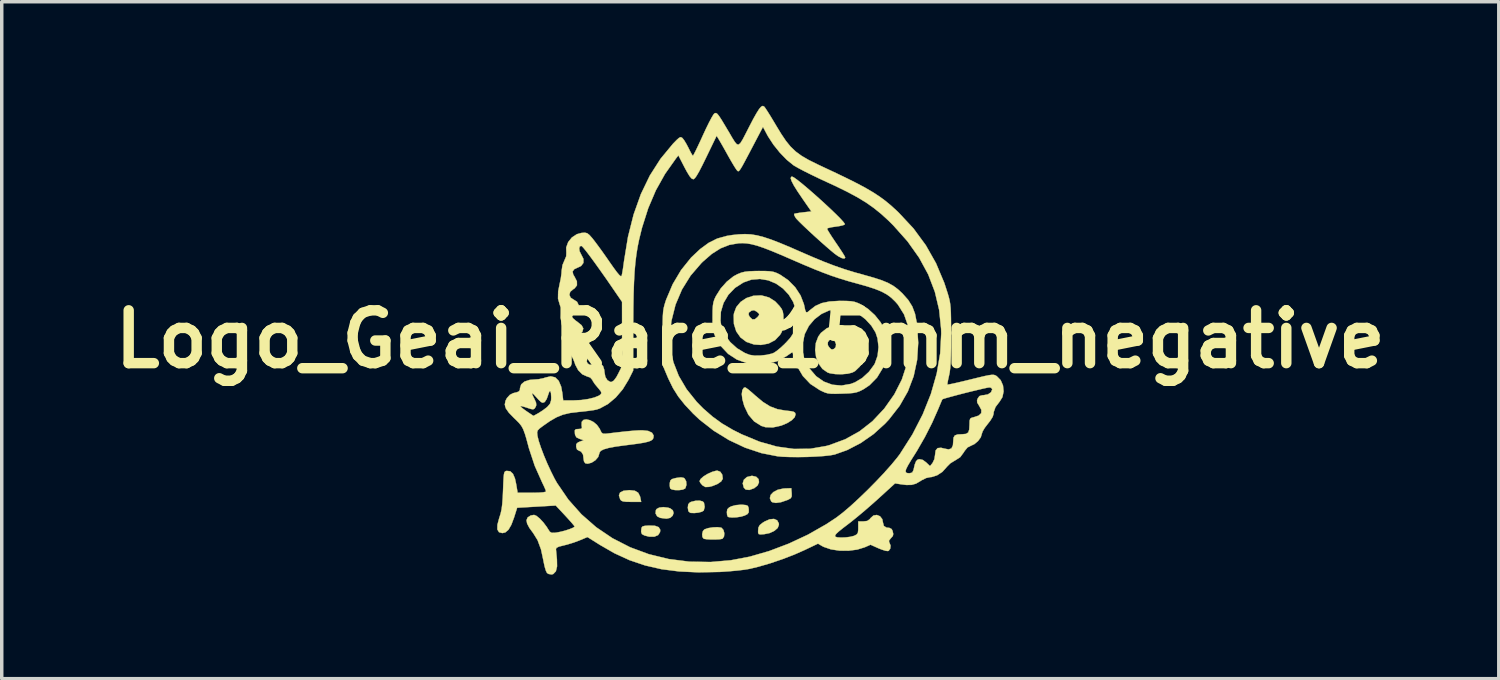
<source format=kicad_pcb>
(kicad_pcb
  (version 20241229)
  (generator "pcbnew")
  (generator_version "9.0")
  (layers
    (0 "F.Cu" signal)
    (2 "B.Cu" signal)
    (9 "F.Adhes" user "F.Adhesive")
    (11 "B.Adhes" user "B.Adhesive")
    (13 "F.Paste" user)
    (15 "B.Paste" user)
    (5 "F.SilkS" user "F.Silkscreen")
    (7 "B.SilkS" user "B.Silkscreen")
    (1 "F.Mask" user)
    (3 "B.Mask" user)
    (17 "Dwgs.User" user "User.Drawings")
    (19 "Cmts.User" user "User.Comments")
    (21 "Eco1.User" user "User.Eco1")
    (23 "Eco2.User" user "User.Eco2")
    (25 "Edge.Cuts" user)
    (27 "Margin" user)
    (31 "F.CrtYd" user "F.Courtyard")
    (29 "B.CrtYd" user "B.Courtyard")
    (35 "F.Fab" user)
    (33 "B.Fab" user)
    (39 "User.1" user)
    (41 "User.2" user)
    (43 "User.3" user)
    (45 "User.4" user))
  (footprint "Logo_Geai_Rare_15mm_negative"
    (layer "F.Cu")
    (at 18.586 6.733)
    (property "Reference" "Logo_Geai_Rare_15mm_negative" (at 0 0 0) (layer "F.SilkS") (effects (font (size 1.524 1.524) (thickness 0.3))))
    (attr through_hole)
    (fp_poly (pts (xy 0.171 3.966) (xy 0.238 4.033) (xy 0.252 4.122) (xy 0.211 4.216) (xy 0.112 4.296) (xy 0.112 4.296) (xy -0.028 4.346) (xy -0.131 4.335) (xy -0.186 4.28) (xy -0.218 4.157) (xy -0.184 4.05) (xy -0.096 3.973) (xy 0.038 3.94) (xy 0.055 3.939) (xy 0.171 3.966)) (stroke (width 0.01) (type solid)) (fill yes) (layer "F.SilkS"))
    (fp_poly (pts (xy -3.329 4.369) (xy -3.233 4.426) (xy -3.179 4.532) (xy -3.171 4.568) (xy -3.146 4.69) (xy -3.429 4.69) (xy -3.578 4.687) (xy -3.67 4.676) (xy -3.722 4.653) (xy -3.751 4.617) (xy -3.787 4.503) (xy -3.755 4.42) (xy -3.656 4.37) (xy -3.489 4.352) (xy -3.48 4.352) (xy -3.329 4.369)) (stroke (width 0.01) (type solid)) (fill yes) (layer "F.SilkS"))
    (fp_poly (pts (xy -2.75 5.379) (xy -2.641 5.419) (xy -2.596 5.495) (xy -2.602 5.561) (xy -2.658 5.648) (xy -2.766 5.693) (xy -2.91 5.694) (xy -3.05 5.659) (xy -3.124 5.619) (xy -3.147 5.555) (xy -3.144 5.502) (xy -3.134 5.434) (xy -3.106 5.398) (xy -3.041 5.381) (xy -2.926 5.373) (xy -2.75 5.379)) (stroke (width 0.01) (type solid)) (fill yes) (layer "F.SilkS"))
    (fp_poly (pts (xy -2.373 4.857) (xy -2.31 4.876) (xy -2.233 4.934) (xy -2.212 5.011) (xy -2.24 5.09) (xy -2.309 5.15) (xy -2.412 5.173) (xy -2.427 5.172) (xy -2.516 5.162) (xy -2.598 5.151) (xy -2.685 5.106) (xy -2.731 5.024) (xy -2.722 4.93) (xy -2.701 4.896) (xy -2.625 4.855) (xy -2.507 4.841) (xy -2.373 4.857)) (stroke (width 0.01) (type solid)) (fill yes) (layer "F.SilkS"))
    (fp_poly (pts (xy 1.194 4.438) (xy 1.195 4.53) (xy 1.167 4.584) (xy 1.092 4.627) (xy 1.062 4.639) (xy 0.885 4.699) (xy 0.738 4.72) (xy 0.635 4.7) (xy 0.605 4.677) (xy 0.565 4.583) (xy 0.589 4.489) (xy 0.668 4.406) (xy 0.792 4.341) (xy 0.95 4.306) (xy 1.003 4.302) (xy 1.182 4.296) (xy 1.194 4.438)) (stroke (width 0.01) (type solid)) (fill yes) (layer "F.SilkS"))
    (fp_poly (pts (xy 0.775 5.221) (xy 0.822 5.309) (xy 0.825 5.351) (xy 0.791 5.441) (xy 0.698 5.523) (xy 0.564 5.587) (xy 0.408 5.62) (xy 0.299 5.628) (xy 0.245 5.619) (xy 0.227 5.583) (xy 0.226 5.529) (xy 0.235 5.431) (xy 0.273 5.36) (xy 0.356 5.293) (xy 0.413 5.257) (xy 0.558 5.193) (xy 0.683 5.181) (xy 0.775 5.221)) (stroke (width 0.01) (type solid)) (fill yes) (layer "F.SilkS"))
    (fp_poly (pts (xy -1.37 4.678) (xy -1.336 4.712) (xy -1.315 4.835) (xy -1.342 4.939) (xy -1.343 4.941) (xy -1.398 4.974) (xy -1.498 5) (xy -1.614 5.012) (xy -1.715 5.008) (xy -1.735 5.003) (xy -1.785 4.959) (xy -1.801 4.858) (xy -1.801 4.855) (xy -1.789 4.758) (xy -1.741 4.706) (xy -1.705 4.689) (xy -1.579 4.658) (xy -1.46 4.654) (xy -1.37 4.678)) (stroke (width 0.01) (type solid)) (fill yes) (layer "F.SilkS"))
    (fp_poly (pts (xy -1.922 3.997) (xy -1.896 4.013) (xy -1.85 4.093) (xy -1.841 4.199) (xy -1.87 4.291) (xy -1.883 4.307) (xy -1.95 4.337) (xy -2.053 4.351) (xy -2.166 4.35) (xy -2.261 4.332) (xy -2.311 4.301) (xy -2.311 4.299) (xy -2.322 4.224) (xy -2.32 4.14) (xy -2.303 4.073) (xy -2.26 4.034) (xy -2.169 4.007) (xy -2.131 3.999) (xy -2.002 3.983) (xy -1.922 3.997)) (stroke (width 0.01) (type solid)) (fill yes) (layer "F.SilkS"))
    (fp_poly (pts (xy -0.864 3.822) (xy -0.808 3.906) (xy -0.794 4.017) (xy -0.795 4.026) (xy -0.84 4.101) (xy -0.944 4.173) (xy -1.092 4.233) (xy -1.189 4.257) (xy -1.294 4.262) (xy -1.375 4.215) (xy -1.386 4.205) (xy -1.442 4.138) (xy -1.463 4.092) (xy -1.431 4.029) (xy -1.347 3.955) (xy -1.231 3.884) (xy -1.104 3.826) (xy -0.986 3.793) (xy -0.949 3.79) (xy -0.864 3.822)) (stroke (width 0.01) (type solid)) (fill yes) (layer "F.SilkS"))
    (fp_poly (pts (xy -0.845 5.432) (xy -0.827 5.439) (xy -0.773 5.501) (xy -0.749 5.594) (xy -0.757 5.686) (xy -0.798 5.749) (xy -0.81 5.755) (xy -0.883 5.768) (xy -1.001 5.774) (xy -1.136 5.774) (xy -1.257 5.767) (xy -1.336 5.755) (xy -1.341 5.753) (xy -1.38 5.703) (xy -1.387 5.619) (xy -1.366 5.534) (xy -1.323 5.484) (xy -1.216 5.447) (xy -1.08 5.425) (xy -0.946 5.419) (xy -0.845 5.432)) (stroke (width 0.01) (type solid)) (fill yes) (layer "F.SilkS"))
    (fp_poly (pts (xy -0.231 4.772) (xy -0.124 4.783) (xy -0.071 4.806) (xy -0.05 4.858) (xy -0.044 4.906) (xy -0.045 4.991) (xy -0.081 5.042) (xy -0.165 5.085) (xy -0.272 5.116) (xy -0.401 5.135) (xy -0.525 5.14) (xy -0.619 5.13) (xy -0.65 5.115) (xy -0.669 5.063) (xy -0.675 4.982) (xy -0.662 4.903) (xy -0.607 4.849) (xy -0.541 4.817) (xy -0.415 4.784) (xy -0.268 4.771) (xy -0.231 4.772)) (stroke (width 0.01) (type solid)) (fill yes) (layer "F.SilkS"))
    (fp_poly (pts (xy -0.107 1.412) (xy -0.025 1.476) (xy 0.083 1.569) (xy 0.147 1.626) (xy 0.367 1.81) (xy 0.571 1.937) (xy 0.78 2.016) (xy 1.01 2.057) (xy 1.032 2.059) (xy 1.171 2.074) (xy 1.252 2.092) (xy 1.291 2.12) (xy 1.306 2.163) (xy 1.282 2.246) (xy 1.197 2.334) (xy 1.062 2.419) (xy 0.89 2.491) (xy 0.651 2.543) (xy 0.435 2.535) (xy 0.319 2.499) (xy 0.111 2.368) (xy -0.053 2.177) (xy -0.173 1.926) (xy -0.228 1.727) (xy -0.245 1.582) (xy -0.229 1.468) (xy -0.186 1.4) (xy -0.149 1.388) (xy -0.107 1.412)) (stroke (width 0.01) (type solid)) (fill yes) (layer "F.SilkS"))
    (fp_poly (pts (xy 2.827 -0.355) (xy 3.021 -0.249) (xy 3.141 -0.138) (xy 3.246 0.031) (xy 3.298 0.225) (xy 3.298 0.427) (xy 3.25 0.62) (xy 3.157 0.789) (xy 3.022 0.918) (xy 2.941 0.961) (xy 2.809 0.994) (xy 2.637 1.009) (xy 2.457 1.005) (xy 2.3 0.982) (xy 2.232 0.96) (xy 2.082 0.856) (xy 1.969 0.701) (xy 1.898 0.514) (xy 1.871 0.311) (xy 1.891 0.109) (xy 1.898 0.09) (xy 2.235 0.09) (xy 2.237 0.17) (xy 2.271 0.227) (xy 2.324 0.282) (xy 2.358 0.296) (xy 2.409 0.281) (xy 2.417 0.277) (xy 2.464 0.225) (xy 2.473 0.142) (xy 2.441 0.06) (xy 2.42 0.038) (xy 2.341 0.005) (xy 2.274 0.029) (xy 2.235 0.09) (xy 1.898 0.09) (xy 1.961 -0.076) (xy 2.038 -0.183) (xy 2.208 -0.317) (xy 2.406 -0.39) (xy 2.617 -0.402) (xy 2.827 -0.355)) (stroke (width 0.01) (type solid)) (fill yes) (layer "F.SilkS"))
    (fp_poly (pts (xy 0.334 -1.261) (xy 0.542 -1.204) (xy 0.718 -1.091) (xy 0.84 -0.962) (xy 0.902 -0.879) (xy 0.937 -0.803) (xy 0.953 -0.707) (xy 0.957 -0.566) (xy 0.957 -0.547) (xy 0.952 -0.391) (xy 0.935 -0.282) (xy 0.897 -0.19) (xy 0.857 -0.125) (xy 0.714 0.026) (xy 0.526 0.124) (xy 0.307 0.164) (xy 0.109 0.151) (xy -0.109 0.077) (xy -0.282 -0.052) (xy -0.405 -0.228) (xy -0.472 -0.442) (xy -0.478 -0.685) (xy -0.475 -0.708) (xy -0.05 -0.708) (xy -0.015 -0.644) (xy 0.057 -0.574) (xy 0.133 -0.577) (xy 0.21 -0.641) (xy 0.256 -0.7) (xy 0.25 -0.739) (xy 0.193 -0.791) (xy 0.111 -0.838) (xy 0.039 -0.826) (xy 0.036 -0.825) (xy -0.041 -0.769) (xy -0.05 -0.708) (xy -0.475 -0.708) (xy -0.469 -0.751) (xy -0.403 -0.927) (xy -0.279 -1.076) (xy -0.111 -1.188) (xy 0.086 -1.253) (xy 0.3 -1.264) (xy 0.334 -1.261)) (stroke (width 0.01) (type solid)) (fill yes) (layer "F.SilkS"))
    (fp_poly (pts (xy 1.257 -4.666) (xy 1.351 -4.599) (xy 1.479 -4.498) (xy 1.633 -4.369) (xy 1.803 -4.222) (xy 1.981 -4.064) (xy 2.159 -3.902) (xy 2.326 -3.746) (xy 2.476 -3.602) (xy 2.598 -3.479) (xy 2.684 -3.384) (xy 2.726 -3.326) (xy 2.728 -3.314) (xy 2.68 -3.289) (xy 2.579 -3.265) (xy 2.458 -3.247) (xy 2.334 -3.229) (xy 2.246 -3.207) (xy 2.214 -3.187) (xy 2.234 -3.145) (xy 2.289 -3.054) (xy 2.37 -2.928) (xy 2.47 -2.78) (xy 2.476 -2.771) (xy 2.577 -2.622) (xy 2.66 -2.495) (xy 2.716 -2.403) (xy 2.739 -2.358) (xy 2.739 -2.358) (xy 2.712 -2.327) (xy 2.641 -2.34) (xy 2.539 -2.392) (xy 2.439 -2.462) (xy 2.323 -2.558) (xy 2.178 -2.683) (xy 2.015 -2.827) (xy 1.846 -2.98) (xy 1.682 -3.131) (xy 1.535 -3.27) (xy 1.416 -3.386) (xy 1.337 -3.468) (xy 1.316 -3.493) (xy 1.272 -3.567) (xy 1.265 -3.613) (xy 1.268 -3.616) (xy 1.318 -3.629) (xy 1.419 -3.646) (xy 1.529 -3.66) (xy 1.761 -3.686) (xy 1.523 -4.029) (xy 1.367 -4.259) (xy 1.256 -4.436) (xy 1.19 -4.564) (xy 1.165 -4.645) (xy 1.181 -4.684) (xy 1.206 -4.69) (xy 1.257 -4.666)) (stroke (width 0.01) (type solid)) (fill yes) (layer "F.SilkS"))
    (fp_poly (pts (xy -4.628 2.333) (xy -4.522 2.386) (xy -4.423 2.469) (xy -4.345 2.578) (xy -4.329 2.612) (xy -4.291 2.69) (xy -4.245 2.723) (xy -4.164 2.724) (xy -4.117 2.719) (xy -3.841 2.686) (xy -3.626 2.662) (xy -3.461 2.646) (xy -3.333 2.635) (xy -3.23 2.629) (xy -3.14 2.626) (xy -3.111 2.626) (xy -2.945 2.644) (xy -2.835 2.695) (xy -2.787 2.775) (xy -2.794 2.848) (xy -2.818 2.89) (xy -2.866 2.925) (xy -2.949 2.955) (xy -3.075 2.984) (xy -3.254 3.013) (xy -3.494 3.044) (xy -3.597 3.057) (xy -3.874 3.094) (xy -4.082 3.133) (xy -4.226 3.174) (xy -4.314 3.22) (xy -4.35 3.273) (xy -4.352 3.29) (xy -4.385 3.394) (xy -4.466 3.489) (xy -4.575 3.559) (xy -4.687 3.589) (xy -4.755 3.578) (xy -4.793 3.529) (xy -4.803 3.477) (xy -4.822 3.328) (xy -4.877 3.241) (xy -4.928 3.219) (xy -4.995 3.182) (xy -5.021 3.102) (xy -5.017 3.023) (xy -4.968 2.975) (xy -4.919 2.954) (xy -4.804 2.911) (xy -4.925 2.872) (xy -5.013 2.829) (xy -5.051 2.759) (xy -5.058 2.711) (xy -5.06 2.627) (xy -5.029 2.594) (xy -4.956 2.589) (xy -4.877 2.582) (xy -4.854 2.546) (xy -4.864 2.48) (xy -4.86 2.382) (xy -4.811 2.327) (xy -4.729 2.312) (xy -4.628 2.333)) (stroke (width 0.01) (type solid)) (fill yes) (layer "F.SilkS"))
    (fp_poly (pts (xy 0.016 -3.024) (xy 0.191 -2.996) (xy 0.382 -2.947) (xy 0.6 -2.875) (xy 0.856 -2.776) (xy 1.16 -2.649) (xy 1.426 -2.532) (xy 1.804 -2.368) (xy 2.132 -2.232) (xy 2.428 -2.119) (xy 2.708 -2.022) (xy 2.988 -1.935) (xy 3.283 -1.853) (xy 3.569 -1.772) (xy 3.796 -1.698) (xy 3.977 -1.622) (xy 4.126 -1.539) (xy 4.257 -1.441) (xy 4.384 -1.324) (xy 4.553 -1.134) (xy 4.671 -0.946) (xy 4.75 -0.737) (xy 4.8 -0.483) (xy 4.808 -0.428) (xy 4.843 0.102) (xy 4.811 0.599) (xy 4.712 1.064) (xy 4.545 1.503) (xy 4.308 1.918) (xy 4.001 2.311) (xy 3.887 2.434) (xy 3.555 2.735) (xy 3.188 2.991) (xy 2.802 3.192) (xy 2.433 3.324) (xy 2.303 3.348) (xy 2.116 3.368) (xy 1.888 3.383) (xy 1.638 3.394) (xy 1.382 3.398) (xy 1.139 3.396) (xy 0.926 3.388) (xy 0.788 3.375) (xy 0.32 3.283) (xy -0.152 3.125) (xy -0.615 2.907) (xy -1.056 2.636) (xy -1.462 2.319) (xy -1.652 2.14) (xy -1.887 1.889) (xy -2.074 1.654) (xy -2.227 1.411) (xy -2.361 1.138) (xy -2.396 1.056) (xy -2.532 0.732) (xy -2.53 -0.056) (xy -2.53 -0.164) (xy -2.315 -0.164) (xy -2.303 0.25) (xy -2.218 0.659) (xy -2.062 1.058) (xy -1.836 1.442) (xy -1.544 1.807) (xy -1.358 1.996) (xy -1.09 2.23) (xy -0.816 2.429) (xy -0.511 2.609) (xy -0.249 2.741) (xy 0.269 2.955) (xy 0.77 3.096) (xy 1.257 3.163) (xy 1.729 3.158) (xy 2.187 3.079) (xy 2.28 3.054) (xy 2.737 2.885) (xy 3.151 2.655) (xy 3.524 2.363) (xy 3.859 2.006) (xy 3.866 1.998) (xy 4.155 1.588) (xy 4.371 1.162) (xy 4.516 0.718) (xy 4.579 0.355) (xy 4.595 -0.041) (xy 4.546 -0.399) (xy 4.434 -0.718) (xy 4.258 -0.998) (xy 4.181 -1.086) (xy 4.064 -1.199) (xy 3.935 -1.294) (xy 3.781 -1.377) (xy 3.589 -1.454) (xy 3.347 -1.532) (xy 3.123 -1.595) (xy 2.846 -1.671) (xy 2.596 -1.747) (xy 2.356 -1.826) (xy 2.11 -1.917) (xy 1.842 -2.023) (xy 1.537 -2.151) (xy 1.216 -2.29) (xy 0.884 -2.434) (xy 0.611 -2.548) (xy 0.385 -2.635) (xy 0.2 -2.698) (xy 0.044 -2.739) (xy -0.092 -2.763) (xy -0.216 -2.772) (xy -0.335 -2.768) (xy -0.601 -2.722) (xy -0.856 -2.622) (xy -1.11 -2.461) (xy -1.373 -2.233) (xy -1.41 -2.196) (xy -1.722 -1.834) (xy -1.971 -1.433) (xy -2.156 -0.997) (xy -2.273 -0.532) (xy -2.315 -0.164) (xy -2.53 -0.164) (xy -2.529 -0.321) (xy -2.526 -0.525) (xy -2.521 -0.679) (xy -2.512 -0.799) (xy -2.497 -0.897) (xy -2.475 -0.987) (xy -2.446 -1.082) (xy -2.425 -1.144) (xy -2.237 -1.588) (xy -1.995 -1.995) (xy -1.705 -2.356) (xy -1.447 -2.599) (xy -1.2 -2.78) (xy -0.954 -2.903) (xy -0.681 -2.979) (xy -0.521 -3.005) (xy -0.329 -3.025) (xy -0.154 -3.032) (xy 0.016 -3.024)) (stroke (width 0.01) (type solid)) (fill yes) (layer "F.SilkS"))
    (fp_poly (pts (xy 0.431 -1.967) (xy 0.564 -1.96) (xy 0.662 -1.945) (xy 0.747 -1.917) (xy 0.839 -1.873) (xy 0.855 -1.865) (xy 1.092 -1.705) (xy 1.295 -1.499) (xy 1.45 -1.263) (xy 1.546 -1.013) (xy 1.559 -0.955) (xy 1.585 -0.833) (xy 1.612 -0.778) (xy 1.653 -0.782) (xy 1.717 -0.836) (xy 1.721 -0.839) (xy 1.877 -0.96) (xy 2.06 -1.042) (xy 2.284 -1.089) (xy 2.562 -1.106) (xy 2.589 -1.106) (xy 2.774 -1.104) (xy 2.907 -1.096) (xy 3.009 -1.078) (xy 3.102 -1.045) (xy 3.194 -1.003) (xy 3.398 -0.873) (xy 3.593 -0.695) (xy 3.755 -0.493) (xy 3.838 -0.346) (xy 3.877 -0.246) (xy 3.902 -0.138) (xy 3.915 -0.002) (xy 3.92 0.183) (xy 3.92 0.225) (xy 3.918 0.413) (xy 3.909 0.548) (xy 3.89 0.653) (xy 3.857 0.751) (xy 3.822 0.83) (xy 3.654 1.106) (xy 3.438 1.326) (xy 3.257 1.446) (xy 3.16 1.495) (xy 3.071 1.528) (xy 2.969 1.549) (xy 2.834 1.561) (xy 2.645 1.568) (xy 2.461 1.573) (xy 2.332 1.571) (xy 2.235 1.56) (xy 2.151 1.535) (xy 2.058 1.493) (xy 2.002 1.465) (xy 1.733 1.289) (xy 1.516 1.06) (xy 1.355 0.786) (xy 1.273 0.549) (xy 1.245 0.448) (xy 1.222 0.385) (xy 1.215 0.375) (xy 1.178 0.395) (xy 1.102 0.447) (xy 1.047 0.486) (xy 0.789 0.63) (xy 0.496 0.709) (xy 0.225 0.728) (xy -0.096 0.69) (xy -0.386 0.586) (xy -0.639 0.421) (xy -0.848 0.198) (xy -0.973 -0.008) (xy -1.025 -0.116) (xy -1.058 -0.208) (xy -1.077 -0.306) (xy -1.086 -0.431) (xy -1.087 -0.52) (xy -0.859 -0.52) (xy -0.824 -0.331) (xy -0.73 -0.119) (xy -0.578 0.083) (xy -0.382 0.26) (xy -0.158 0.395) (xy -0.019 0.45) (xy 0.116 0.471) (xy 0.29 0.47) (xy 0.47 0.45) (xy 0.625 0.414) (xy 0.684 0.39) (xy 0.74 0.352) (xy 1.51 0.352) (xy 1.553 0.549) (xy 1.648 0.748) (xy 1.713 0.85) (xy 1.899 1.066) (xy 2.12 1.221) (xy 2.367 1.312) (xy 2.63 1.335) (xy 2.899 1.288) (xy 3.022 1.241) (xy 3.23 1.116) (xy 3.422 0.939) (xy 3.573 0.735) (xy 3.594 0.696) (xy 3.672 0.474) (xy 3.698 0.225) (xy 3.67 -0.023) (xy 3.613 -0.195) (xy 3.492 -0.391) (xy 3.32 -0.578) (xy 3.12 -0.732) (xy 3.02 -0.788) (xy 2.774 -0.869) (xy 2.524 -0.882) (xy 2.281 -0.833) (xy 2.053 -0.73) (xy 1.853 -0.578) (xy 1.689 -0.384) (xy 1.572 -0.153) (xy 1.512 0.108) (xy 1.51 0.13) (xy 1.51 0.352) (xy 0.74 0.352) (xy 0.769 0.332) (xy 0.883 0.238) (xy 1.003 0.125) (xy 1.021 0.107) (xy 1.149 -0.034) (xy 1.232 -0.157) (xy 1.287 -0.289) (xy 1.297 -0.324) (xy 1.339 -0.587) (xy 1.317 -0.839) (xy 1.238 -1.075) (xy 1.11 -1.285) (xy 0.942 -1.464) (xy 0.743 -1.605) (xy 0.519 -1.699) (xy 0.28 -1.739) (xy 0.034 -1.719) (xy -0.195 -1.639) (xy -0.44 -1.482) (xy -0.633 -1.281) (xy -0.771 -1.047) (xy -0.848 -0.79) (xy -0.859 -0.52) (xy -1.087 -0.52) (xy -1.088 -0.606) (xy -1.088 -0.645) (xy -1.086 -0.834) (xy -1.078 -0.969) (xy -1.061 -1.07) (xy -1.032 -1.158) (xy -0.991 -1.244) (xy -0.852 -1.464) (xy -0.677 -1.66) (xy -0.483 -1.815) (xy -0.364 -1.879) (xy -0.261 -1.92) (xy -0.157 -1.946) (xy -0.031 -1.96) (xy 0.139 -1.967) (xy 0.244 -1.968) (xy 0.431 -1.967)) (stroke (width 0.01) (type solid)) (fill yes) (layer "F.SilkS"))
    (fp_poly (pts (xy 0.396 -6.714) (xy 0.432 -6.669) (xy 0.497 -6.57) (xy 0.584 -6.432) (xy 0.684 -6.266) (xy 0.732 -6.185) (xy 0.889 -5.926) (xy 1.029 -5.718) (xy 1.165 -5.551) (xy 1.311 -5.412) (xy 1.481 -5.288) (xy 1.687 -5.168) (xy 1.945 -5.04) (xy 2.083 -4.975) (xy 2.48 -4.789) (xy 2.817 -4.626) (xy 3.102 -4.483) (xy 3.344 -4.352) (xy 3.552 -4.23) (xy 3.734 -4.11) (xy 3.899 -3.988) (xy 4.056 -3.858) (xy 4.213 -3.715) (xy 4.281 -3.65) (xy 4.705 -3.196) (xy 5.062 -2.711) (xy 5.357 -2.19) (xy 5.595 -1.624) (xy 5.696 -1.313) (xy 5.726 -1.208) (xy 5.749 -1.114) (xy 5.765 -1.017) (xy 5.777 -0.906) (xy 5.784 -0.769) (xy 5.788 -0.592) (xy 5.79 -0.365) (xy 5.79 -0.094) (xy 5.789 0.224) (xy 5.785 0.477) (xy 5.778 0.676) (xy 5.766 0.832) (xy 5.75 0.956) (xy 5.731 1.05) (xy 5.703 1.175) (xy 5.686 1.268) (xy 5.685 1.308) (xy 5.724 1.304) (xy 5.824 1.284) (xy 5.974 1.251) (xy 6.16 1.207) (xy 6.353 1.16) (xy 6.586 1.103) (xy 6.758 1.062) (xy 6.881 1.037) (xy 6.965 1.026) (xy 7.022 1.027) (xy 7.064 1.039) (xy 7.102 1.061) (xy 7.108 1.065) (xy 7.221 1.18) (xy 7.288 1.334) (xy 7.305 1.505) (xy 7.271 1.669) (xy 7.192 1.796) (xy 7.072 1.954) (xy 7.019 2.102) (xy 7.016 2.152) (xy 6.99 2.237) (xy 6.917 2.354) (xy 6.847 2.443) (xy 6.761 2.555) (xy 6.701 2.656) (xy 6.678 2.724) (xy 6.647 2.827) (xy 6.568 2.935) (xy 6.462 3.024) (xy 6.366 3.069) (xy 6.266 3.119) (xy 6.18 3.222) (xy 6.157 3.261) (xy 6.054 3.4) (xy 5.913 3.491) (xy 5.903 3.496) (xy 5.769 3.578) (xy 5.664 3.683) (xy 5.655 3.696) (xy 5.538 3.825) (xy 5.388 3.923) (xy 5.231 3.973) (xy 5.183 3.977) (xy 5.074 4.001) (xy 4.945 4.064) (xy 4.907 4.089) (xy 4.78 4.163) (xy 4.653 4.199) (xy 4.501 4.202) (xy 4.348 4.183) (xy 4.175 4.156) (xy 3.692 4.597) (xy 3.499 4.769) (xy 3.292 4.949) (xy 3.09 5.118) (xy 2.913 5.261) (xy 2.845 5.314) (xy 2.673 5.445) (xy 2.555 5.54) (xy 2.483 5.606) (xy 2.449 5.651) (xy 2.446 5.681) (xy 2.455 5.695) (xy 2.513 5.713) (xy 2.62 5.719) (xy 2.75 5.714) (xy 2.879 5.698) (xy 2.981 5.673) (xy 2.993 5.669) (xy 3.066 5.632) (xy 3.102 5.585) (xy 3.113 5.502) (xy 3.114 5.436) (xy 3.114 5.253) (xy 3.26 5.253) (xy 3.372 5.24) (xy 3.443 5.191) (xy 3.467 5.159) (xy 3.552 5.083) (xy 3.649 5.067) (xy 3.741 5.104) (xy 3.806 5.187) (xy 3.827 5.289) (xy 3.852 5.384) (xy 3.93 5.432) (xy 4.013 5.44) (xy 4.076 5.473) (xy 4.103 5.525) (xy 4.123 5.615) (xy 4.111 5.673) (xy 4.057 5.735) (xy 4.049 5.743) (xy 3.999 5.809) (xy 4.007 5.861) (xy 4.015 5.872) (xy 4.046 5.951) (xy 4.036 6.038) (xy 3.993 6.099) (xy 3.969 6.108) (xy 3.902 6.1) (xy 3.793 6.066) (xy 3.686 6.023) (xy 3.468 5.925) (xy 3.3 5.999) (xy 3.082 6.066) (xy 2.832 6.098) (xy 2.572 6.096) (xy 2.327 6.059) (xy 2.119 5.988) (xy 2.074 5.965) (xy 1.953 5.894) (xy 1.565 6.079) (xy 1.264 6.212) (xy 0.925 6.342) (xy 0.574 6.461) (xy 0.237 6.559) (xy -0.019 6.621) (xy -0.169 6.646) (xy -0.371 6.67) (xy -0.6 6.691) (xy -0.831 6.707) (xy -0.882 6.71) (xy -1.493 6.722) (xy -2.048 6.696) (xy -2.558 6.631) (xy -3.033 6.522) (xy -3.483 6.37) (xy -3.919 6.17) (xy -4.332 5.932) (xy -4.695 5.704) (xy -4.926 5.801) (xy -5.093 5.863) (xy -5.275 5.919) (xy -5.383 5.946) (xy -5.519 5.98) (xy -5.589 6.016) (xy -5.604 6.051) (xy -5.598 6.117) (xy -5.587 6.231) (xy -5.576 6.347) (xy -5.572 6.549) (xy -5.606 6.691) (xy -5.68 6.769) (xy -5.727 6.783) (xy -5.817 6.768) (xy -5.861 6.74) (xy -5.893 6.677) (xy -5.928 6.563) (xy -5.959 6.42) (xy -5.964 6.39) (xy -6.035 6.059) (xy -6.134 5.793) (xy -6.258 5.593) (xy -6.372 5.437) (xy -6.435 5.316) (xy -6.453 5.219) (xy -6.42 5.139) (xy -6.333 5.083) (xy -6.235 5.065) (xy -6.165 5.094) (xy -6.07 5.172) (xy -5.967 5.283) (xy -5.87 5.412) (xy -5.831 5.475) (xy -5.781 5.55) (xy -5.73 5.581) (xy -5.648 5.582) (xy -5.59 5.575) (xy -5.47 5.552) (xy -5.337 5.518) (xy -5.213 5.477) (xy -5.116 5.438) (xy -5.067 5.407) (xy -5.065 5.401) (xy -5.089 5.366) (xy -5.154 5.288) (xy -5.25 5.181) (xy -5.337 5.086) (xy -5.609 4.795) (xy -6.166 4.827) (xy -6.723 4.859) (xy -6.812 5.141) (xy -6.891 5.352) (xy -6.974 5.494) (xy -7.065 5.571) (xy -7.15 5.59) (xy -7.246 5.564) (xy -7.294 5.484) (xy -7.292 5.35) (xy -7.241 5.16) (xy -7.238 5.151) (xy -7.199 5.027) (xy -7.171 4.9) (xy -7.152 4.751) (xy -7.138 4.562) (xy -7.129 4.352) (xy -7.121 4.14) (xy -7.113 3.992) (xy -7.104 3.895) (xy -7.09 3.838) (xy -7.069 3.81) (xy -7.04 3.799) (xy -7.022 3.796) (xy -6.921 3.808) (xy -6.844 3.88) (xy -6.786 4.016) (xy -6.753 4.168) (xy -6.709 4.427) (xy -6.3 4.427) (xy -6.107 4.424) (xy -5.972 4.414) (xy -5.9 4.398) (xy -5.89 4.389) (xy -5.906 4.337) (xy -5.948 4.241) (xy -5.999 4.135) (xy -6.215 3.651) (xy -6.382 3.146) (xy -6.4 3.077) (xy -6.458 2.862) (xy -6.506 2.704) (xy -6.512 2.69) (xy -6.147 2.69) (xy -6.139 2.772) (xy -6.137 2.787) (xy -6.102 2.931) (xy -6.038 3.123) (xy -5.953 3.347) (xy -5.854 3.583) (xy -5.747 3.814) (xy -5.642 4.024) (xy -5.573 4.146) (xy -5.247 4.623) (xy -4.868 5.049) (xy -4.442 5.422) (xy -3.973 5.739) (xy -3.465 5.999) (xy -2.924 6.199) (xy -2.354 6.338) (xy -1.758 6.414) (xy -1.143 6.424) (xy -0.563 6.374) (xy -0.02 6.271) (xy 0.542 6.109) (xy 1.11 5.894) (xy 1.666 5.634) (xy 2.194 5.333) (xy 2.485 5.141) (xy 2.667 5.001) (xy 2.885 4.816) (xy 3.124 4.596) (xy 3.375 4.355) (xy 3.623 4.104) (xy 3.858 3.856) (xy 3.9 3.808) (xy 4.477 3.808) (xy 4.491 3.845) (xy 4.534 3.861) (xy 4.598 3.864) (xy 4.671 3.844) (xy 4.707 3.771) (xy 4.709 3.761) (xy 4.744 3.611) (xy 4.78 3.52) (xy 4.824 3.473) (xy 4.873 3.458) (xy 4.975 3.48) (xy 5.072 3.552) (xy 5.183 3.658) (xy 5.256 3.569) (xy 5.31 3.457) (xy 5.328 3.34) (xy 5.345 3.208) (xy 5.402 3.139) (xy 5.503 3.13) (xy 5.59 3.152) (xy 5.72 3.177) (xy 5.802 3.148) (xy 5.844 3.059) (xy 5.853 2.945) (xy 5.862 2.836) (xy 5.899 2.774) (xy 5.979 2.746) (xy 6.116 2.739) (xy 6.222 2.729) (xy 6.285 2.689) (xy 6.314 2.605) (xy 6.322 2.462) (xy 6.322 2.459) (xy 6.325 2.348) (xy 6.343 2.29) (xy 6.388 2.262) (xy 6.444 2.249) (xy 6.588 2.201) (xy 6.661 2.131) (xy 6.664 2.036) (xy 6.598 1.915) (xy 6.597 1.913) (xy 6.545 1.828) (xy 6.54 1.76) (xy 6.559 1.708) (xy 6.608 1.639) (xy 6.691 1.615) (xy 6.731 1.613) (xy 6.854 1.59) (xy 6.943 1.529) (xy 6.978 1.444) (xy 6.978 1.442) (xy 6.946 1.399) (xy 6.894 1.388) (xy 6.837 1.397) (xy 6.725 1.421) (xy 6.572 1.457) (xy 6.392 1.5) (xy 6.199 1.548) (xy 6.008 1.597) (xy 5.833 1.644) (xy 5.686 1.684) (xy 5.584 1.714) (xy 5.539 1.731) (xy 5.539 1.731) (xy 5.521 1.77) (xy 5.483 1.86) (xy 5.432 1.983) (xy 5.422 2.007) (xy 5.243 2.411) (xy 5.033 2.824) (xy 4.812 3.209) (xy 4.766 3.283) (xy 4.637 3.487) (xy 4.548 3.637) (xy 4.495 3.741) (xy 4.477 3.808) (xy 3.9 3.808) (xy 4.066 3.622) (xy 4.236 3.416) (xy 4.315 3.311) (xy 4.676 2.744) (xy 4.974 2.164) (xy 5.209 1.577) (xy 5.377 0.988) (xy 5.477 0.404) (xy 5.507 -0.169) (xy 5.503 -0.3) (xy 5.447 -0.845) (xy 5.323 -1.368) (xy 5.131 -1.87) (xy 4.868 -2.354) (xy 4.534 -2.824) (xy 4.126 -3.282) (xy 3.983 -3.424) (xy 3.775 -3.614) (xy 3.563 -3.785) (xy 3.337 -3.944) (xy 3.083 -4.098) (xy 2.79 -4.255) (xy 2.444 -4.424) (xy 2.225 -4.525) (xy 1.988 -4.635) (xy 1.76 -4.745) (xy 1.555 -4.847) (xy 1.387 -4.936) (xy 1.27 -5.003) (xy 1.246 -5.018) (xy 1.053 -5.175) (xy 0.854 -5.38) (xy 0.668 -5.612) (xy 0.514 -5.848) (xy 0.489 -5.893) (xy 0.366 -6.124) (xy 0.061 -5.543) (xy -0.063 -5.307) (xy -0.157 -5.13) (xy -0.226 -5.003) (xy -0.276 -4.919) (xy -0.31 -4.87) (xy -0.333 -4.849) (xy -0.352 -4.846) (xy -0.369 -4.855) (xy -0.403 -4.896) (xy -0.463 -4.989) (xy -0.541 -5.12) (xy -0.623 -5.263) (xy -0.714 -5.427) (xy -0.799 -5.578) (xy -0.867 -5.696) (xy -0.903 -5.757) (xy -0.97 -5.868) (xy -1.273 -5.241) (xy -1.387 -5.009) (xy -1.476 -4.837) (xy -1.544 -4.72) (xy -1.594 -4.649) (xy -1.632 -4.618) (xy -1.647 -4.615) (xy -1.694 -4.637) (xy -1.753 -4.708) (xy -1.831 -4.837) (xy -1.896 -4.958) (xy -2.073 -5.302) (xy -2.144 -5.212) (xy -2.459 -4.767) (xy -2.724 -4.293) (xy -2.943 -3.779) (xy -3.123 -3.213) (xy -3.207 -2.872) (xy -3.25 -2.661) (xy -3.285 -2.442) (xy -3.314 -2.205) (xy -3.337 -1.942) (xy -3.353 -1.644) (xy -3.365 -1.3) (xy -3.372 -0.903) (xy -3.375 -0.442) (xy -3.376 -0.29) (xy -3.377 0.902) (xy -3.511 1.169) (xy -3.678 1.443) (xy -3.88 1.68) (xy -4.104 1.868) (xy -4.34 1.996) (xy -4.435 2.028) (xy -4.524 2.045) (xy -4.666 2.065) (xy -4.838 2.085) (xy -4.959 2.097) (xy -5.198 2.126) (xy -5.4 2.174) (xy -5.586 2.249) (xy -5.781 2.362) (xy -5.979 2.5) (xy -6.08 2.576) (xy -6.132 2.632) (xy -6.147 2.69) (xy -6.512 2.69) (xy -6.552 2.587) (xy -6.603 2.495) (xy -6.669 2.413) (xy -6.757 2.324) (xy -6.814 2.27) (xy -6.961 2.119) (xy -7.048 1.995) (xy -7.067 1.929) (xy -6.631 1.929) (xy -6.611 1.956) (xy -6.543 2.011) (xy -6.45 2.078) (xy -6.252 2.211) (xy -6.103 2.128) (xy -5.982 2.05) (xy -5.868 1.964) (xy -5.847 1.945) (xy -5.775 1.86) (xy -5.744 1.763) (xy -5.74 1.68) (xy -5.747 1.553) (xy -5.766 1.494) (xy -5.793 1.505) (xy -5.825 1.589) (xy -5.833 1.617) (xy -5.872 1.725) (xy -5.923 1.803) (xy -5.939 1.816) (xy -5.985 1.831) (xy -6.036 1.809) (xy -6.107 1.741) (xy -6.154 1.688) (xy -6.244 1.59) (xy -6.29 1.553) (xy -6.293 1.577) (xy -6.256 1.663) (xy -6.225 1.722) (xy -6.178 1.829) (xy -6.172 1.903) (xy -6.189 1.949) (xy -6.222 2) (xy -6.261 2.021) (xy -6.327 2.011) (xy -6.441 1.974) (xy -6.454 1.969) (xy -6.554 1.939) (xy -6.619 1.926) (xy -6.631 1.929) (xy -7.067 1.929) (xy -7.079 1.884) (xy -7.059 1.776) (xy -7.019 1.699) (xy -6.932 1.603) (xy -6.839 1.555) (xy -6.724 1.527) (xy -6.665 1.499) (xy -6.643 1.457) (xy -6.641 1.411) (xy -6.606 1.302) (xy -6.511 1.221) (xy -6.365 1.173) (xy -6.246 1.163) (xy -6.101 1.152) (xy -5.962 1.123) (xy -5.913 1.106) (xy -5.755 1.069) (xy -5.624 1.1) (xy -5.524 1.2) (xy -5.454 1.366) (xy -5.421 1.543) (xy -5.395 1.763) (xy -5.087 1.763) (xy -4.877 1.753) (xy -4.675 1.724) (xy -4.498 1.681) (xy -4.367 1.628) (xy -4.318 1.593) (xy -4.294 1.555) (xy -4.307 1.508) (xy -4.364 1.433) (xy -4.398 1.394) (xy -4.48 1.295) (xy -4.539 1.207) (xy -4.556 1.171) (xy -4.615 1.104) (xy -4.708 1.072) (xy -4.844 1.011) (xy -4.962 0.892) (xy -5.047 0.733) (xy -5.063 0.681) (xy -5.107 0.57) (xy -5.179 0.438) (xy -5.233 0.355) (xy -5.313 0.229) (xy -5.353 0.123) (xy -5.365 -0.000032) (xy -5.365 -0.021) (xy -5.379 -0.18) (xy -5.412 -0.345) (xy -5.426 -0.391) (xy -5.47 -0.62) (xy -5.467 -0.745) (xy -5.467 -0.915) (xy -5.498 -1.013) (xy -5.544 -1.17) (xy -5.542 -1.281) (xy -5.218 -1.281) (xy -5.18 -1.199) (xy -5.112 -1.154) (xy -4.996 -1.081) (xy -4.953 -0.994) (xy -4.981 -0.887) (xy -5.046 -0.795) (xy -5.107 -0.713) (xy -5.139 -0.653) (xy -5.14 -0.644) (xy -5.111 -0.603) (xy -5.038 -0.539) (xy -4.981 -0.498) (xy -4.863 -0.402) (xy -4.816 -0.313) (xy -4.839 -0.222) (xy -4.913 -0.133) (xy -4.984 -0.059) (xy -5.024 -0.005) (xy -5.027 0.004) (xy -4.994 0.068) (xy -4.912 0.122) (xy -4.806 0.149) (xy -4.782 0.15) (xy -4.663 0.172) (xy -4.605 0.237) (xy -4.608 0.346) (xy -4.656 0.469) (xy -4.704 0.574) (xy -4.716 0.64) (xy -4.695 0.688) (xy -4.689 0.695) (xy -4.638 0.732) (xy -4.555 0.74) (xy -4.461 0.731) (xy -4.349 0.72) (xy -4.286 0.732) (xy -4.249 0.771) (xy -4.243 0.782) (xy -4.212 0.878) (xy -4.202 0.965) (xy -4.179 1.087) (xy -4.12 1.181) (xy -4.039 1.23) (xy -4.001 1.231) (xy -3.936 1.193) (xy -3.862 1.094) (xy -3.808 0.994) (xy -3.696 0.769) (xy -3.697 -0.155) (xy -3.698 -1.079) (xy -3.952 -1.449) (xy -4.139 -1.721) (xy -4.316 -1.972) (xy -4.476 -2.196) (xy -4.616 -2.387) (xy -4.73 -2.537) (xy -4.813 -2.639) (xy -4.86 -2.688) (xy -4.865 -2.691) (xy -4.914 -2.681) (xy -4.934 -2.623) (xy -4.923 -2.539) (xy -4.88 -2.451) (xy -4.876 -2.445) (xy -4.811 -2.316) (xy -4.812 -2.202) (xy -4.877 -2.115) (xy -4.951 -2.078) (xy -5.073 -2.023) (xy -5.124 -1.955) (xy -5.106 -1.867) (xy -5.071 -1.809) (xy -5 -1.671) (xy -4.998 -1.556) (xy -5.065 -1.468) (xy -5.103 -1.444) (xy -5.192 -1.369) (xy -5.218 -1.281) (xy -5.542 -1.281) (xy -5.54 -1.38) (xy -5.496 -1.601) (xy -5.464 -1.752) (xy -5.444 -1.903) (xy -5.44 -1.975) (xy -5.415 -2.14) (xy -5.361 -2.268) (xy -5.308 -2.393) (xy -5.304 -2.488) (xy -5.308 -2.647) (xy -5.251 -2.802) (xy -5.145 -2.934) (xy -5.002 -3.029) (xy -4.868 -3.066) (xy -4.77 -3.073) (xy -4.703 -3.057) (xy -4.639 -3.007) (xy -4.564 -2.923) (xy -4.494 -2.835) (xy -4.393 -2.7) (xy -4.272 -2.534) (xy -4.143 -2.351) (xy -4.081 -2.261) (xy -3.947 -2.07) (xy -3.849 -1.937) (xy -3.78 -1.855) (xy -3.737 -1.819) (xy -3.714 -1.822) (xy -3.71 -1.829) (xy -3.695 -1.895) (xy -3.674 -2.015) (xy -3.652 -2.168) (xy -3.641 -2.252) (xy -3.526 -2.954) (xy -3.364 -3.598) (xy -3.154 -4.187) (xy -2.896 -4.721) (xy -2.588 -5.203) (xy -2.231 -5.635) (xy -2.218 -5.649) (xy -2.116 -5.753) (xy -2.05 -5.81) (xy -2.007 -5.828) (xy -1.971 -5.813) (xy -1.955 -5.8) (xy -1.906 -5.737) (xy -1.841 -5.629) (xy -1.782 -5.516) (xy -1.725 -5.402) (xy -1.679 -5.321) (xy -1.653 -5.291) (xy -1.632 -5.324) (xy -1.585 -5.414) (xy -1.519 -5.55) (xy -1.438 -5.722) (xy -1.366 -5.88) (xy -1.275 -6.076) (xy -1.19 -6.249) (xy -1.117 -6.387) (xy -1.063 -6.477) (xy -1.039 -6.507) (xy -1.01 -6.522) (xy -0.982 -6.521) (xy -0.948 -6.497) (xy -0.903 -6.441) (xy -0.84 -6.346) (xy -0.753 -6.203) (xy -0.635 -6.005) (xy -0.614 -5.971) (xy -0.518 -5.805) (xy -0.445 -5.689) (xy -0.389 -5.624) (xy -0.338 -5.612) (xy -0.285 -5.656) (xy -0.221 -5.758) (xy -0.136 -5.921) (xy -0.034 -6.121) (xy 0.087 -6.354) (xy 0.183 -6.524) (xy 0.256 -6.639) (xy 0.313 -6.705) (xy 0.358 -6.728) (xy 0.396 -6.714)) (stroke (width 0.01) (type solid)) (fill yes) (layer "F.SilkS")))
  (gr_rect
    (start -3 -3)
    (end 40.171 16.521)
    (stroke (width 0.1) (type default))
    (fill no)
    (layer "Edge.Cuts")))
</source>
